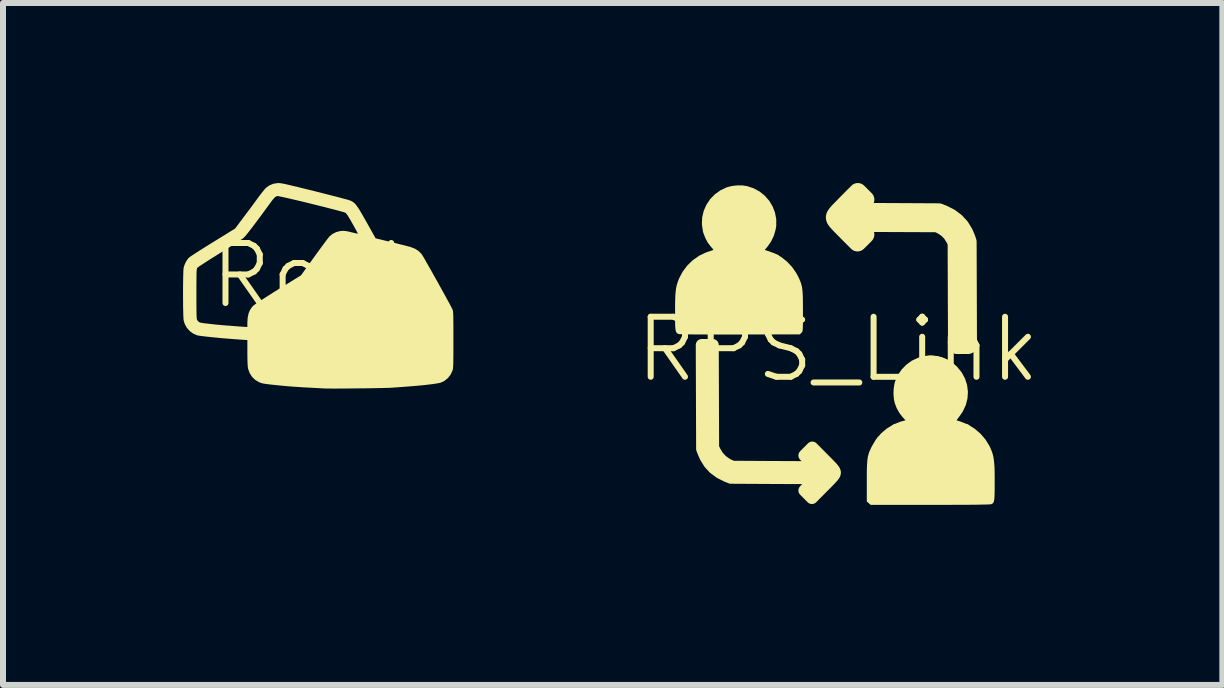
<source format=kicad_pcb>
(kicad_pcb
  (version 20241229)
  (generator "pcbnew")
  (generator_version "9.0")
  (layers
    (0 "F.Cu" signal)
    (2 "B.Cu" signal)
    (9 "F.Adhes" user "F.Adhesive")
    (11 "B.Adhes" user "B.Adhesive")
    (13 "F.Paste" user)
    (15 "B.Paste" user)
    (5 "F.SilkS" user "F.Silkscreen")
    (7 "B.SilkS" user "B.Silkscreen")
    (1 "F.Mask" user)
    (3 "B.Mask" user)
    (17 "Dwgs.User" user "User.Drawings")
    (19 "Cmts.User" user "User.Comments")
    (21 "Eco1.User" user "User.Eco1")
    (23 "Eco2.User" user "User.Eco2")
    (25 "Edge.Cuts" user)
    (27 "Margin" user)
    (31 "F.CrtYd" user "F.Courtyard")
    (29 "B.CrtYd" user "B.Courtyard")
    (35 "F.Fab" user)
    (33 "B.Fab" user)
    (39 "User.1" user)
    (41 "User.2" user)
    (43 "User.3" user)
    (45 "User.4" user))
  (footprint "Rock"
    (layer "F.Cu")
    (at 2.255 2.042)
    (property "Reference" "Rock" (at 0 -0.5 0) (unlocked yes) (layer "F.SilkS") (effects (font (size 1 1) (thickness 0.1))))
    (attr smd)
    (fp_poly (pts (xy -0.655 -2.041) (xy -0.639 -2.04) (xy -0.618 -2.037) (xy -0.593 -2.033) (xy -0.562 -2.027) (xy -0.523 -2.018) (xy -0.476 -2.007) (xy -0.418 -1.993) (xy -0.348 -1.977) (xy -0.266 -1.956) (xy -0.17 -1.933) (xy -0.065 -1.907) (xy 0.031 -1.883) (xy 0.123 -1.859) (xy 0.21 -1.837) (xy 0.29 -1.817) (xy 0.361 -1.798) (xy 0.423 -1.781) (xy 0.473 -1.768) (xy 0.51 -1.757) (xy 0.532 -1.75) (xy 0.537 -1.748) (xy 0.559 -1.737) (xy 0.58 -1.724) (xy 0.6 -1.708) (xy 0.62 -1.687) (xy 0.641 -1.66) (xy 0.665 -1.626) (xy 0.693 -1.582) (xy 0.725 -1.527) (xy 0.763 -1.461) (xy 0.805 -1.387) (xy 0.954 -1.121) (xy 1.212 -1.058) (xy 1.28 -1.042) (xy 1.345 -1.025) (xy 1.406 -1.01) (xy 1.459 -0.997) (xy 1.502 -0.985) (xy 1.531 -0.978) (xy 1.537 -0.976) (xy 1.609 -0.948) (xy 1.669 -0.91) (xy 1.717 -0.862) (xy 1.726 -0.849) (xy 1.738 -0.83) (xy 1.757 -0.799) (xy 1.782 -0.756) (xy 1.811 -0.704) (xy 1.845 -0.644) (xy 1.883 -0.578) (xy 1.922 -0.508) (xy 1.963 -0.435) (xy 2.004 -0.362) (xy 2.044 -0.289) (xy 2.083 -0.218) (xy 2.12 -0.152) (xy 2.153 -0.091) (xy 2.182 -0.038) (xy 2.205 0.005) (xy 2.222 0.038) (xy 2.232 0.058) (xy 2.234 0.062) (xy 2.238 0.072) (xy 2.241 0.083) (xy 2.243 0.097) (xy 2.245 0.115) (xy 2.247 0.138) (xy 2.248 0.168) (xy 2.249 0.207) (xy 2.249 0.256) (xy 2.25 0.316) (xy 2.25 0.389) (xy 2.25 0.476) (xy 2.25 0.571) (xy 2.25 0.674) (xy 2.25 0.76) (xy 2.25 0.833) (xy 2.249 0.892) (xy 2.249 0.941) (xy 2.248 0.979) (xy 2.246 1.01) (xy 2.245 1.033) (xy 2.243 1.051) (xy 2.24 1.065) (xy 2.237 1.077) (xy 2.235 1.083) (xy 2.203 1.151) (xy 2.158 1.209) (xy 2.102 1.254) (xy 2.045 1.282) (xy 2.016 1.29) (xy 1.972 1.298) (xy 1.913 1.307) (xy 1.84 1.316) (xy 1.755 1.326) (xy 1.659 1.335) (xy 1.553 1.344) (xy 1.438 1.353) (xy 1.316 1.362) (xy 1.213 1.369) (xy 1.179 1.371) (xy 1.13 1.372) (xy 1.068 1.374) (xy 0.996 1.375) (xy 0.916 1.377) (xy 0.83 1.378) (xy 0.74 1.379) (xy 0.647 1.38) (xy 0.556 1.381) (xy 0.466 1.382) (xy 0.381 1.382) (xy 0.303 1.383) (xy 0.233 1.383) (xy 0.174 1.382) (xy 0.128 1.382) (xy 0.099 1.381) (xy -0.028 1.374) (xy -0.139 1.368) (xy -0.238 1.363) (xy -0.327 1.357) (xy -0.408 1.352) (xy -0.485 1.346) (xy -0.558 1.34) (xy -0.631 1.333) (xy -0.706 1.325) (xy -0.784 1.317) (xy -0.843 1.31) (xy -0.888 1.304) (xy -0.922 1.298) (xy -0.949 1.291) (xy -0.973 1.283) (xy -0.992 1.275) (xy -1.055 1.236) (xy -1.106 1.186) (xy -1.145 1.125) (xy -1.17 1.055) (xy -1.174 1.039) (xy -1.176 1.016) (xy -1.179 0.979) (xy -1.181 0.931) (xy -1.182 0.875) (xy -1.183 0.815) (xy -1.183 0.782) (xy -1.183 0.575) (xy -1.398 0.56) (xy -1.47 0.554) (xy -1.545 0.548) (xy -1.622 0.542) (xy -1.698 0.534) (xy -1.772 0.527) (xy -1.84 0.52) (xy -1.9 0.513) (xy -1.951 0.507) (xy -1.99 0.501) (xy -2.015 0.497) (xy -2.019 0.496) (xy -2.085 0.467) (xy -2.143 0.425) (xy -2.191 0.371) (xy -2.226 0.308) (xy -2.245 0.247) (xy -2.247 0.227) (xy -2.249 0.192) (xy -2.251 0.144) (xy -2.252 0.086) (xy -2.254 0.019) (xy -2.254 -0.053) (xy -2.255 -0.13) (xy -2.255 -0.191) (xy -2.032 -0.191) (xy -2.032 -0.096) (xy -2.032 -0.016) (xy -2.031 0.049) (xy -2.031 0.102) (xy -2.03 0.144) (xy -2.029 0.176) (xy -2.028 0.2) (xy -2.026 0.217) (xy -2.024 0.229) (xy -2.021 0.238) (xy -2.017 0.244) (xy -2.014 0.249) (xy -1.996 0.268) (xy -1.98 0.28) (xy -1.965 0.284) (xy -1.935 0.29) (xy -1.892 0.296) (xy -1.837 0.302) (xy -1.774 0.309) (xy -1.703 0.317) (xy -1.627 0.324) (xy -1.547 0.331) (xy -1.487 0.335) (xy -1.416 0.341) (xy -1.359 0.345) (xy -1.314 0.349) (xy -1.28 0.351) (xy -1.253 0.353) (xy -1.233 0.354) (xy -1.215 0.355) (xy -1.211 0.356) (xy -1.183 0.357) (xy -1.183 0.285) (xy -1.178 0.202) (xy -1.163 0.131) (xy -1.138 0.071) (xy -1.101 0.019) (xy -1.081 -0.001) (xy -1.066 -0.013) (xy -1.038 -0.032) (xy -0.999 -0.059) (xy -0.949 -0.092) (xy -0.891 -0.129) (xy -0.826 -0.171) (xy -0.757 -0.215) (xy -0.683 -0.261) (xy -0.665 -0.272) (xy -0.289 -0.504) (xy -0.067 -0.813) (xy -0.019 -0.879) (xy 0.026 -0.941) (xy 0.068 -0.998) (xy 0.106 -1.049) (xy 0.138 -1.092) (xy 0.163 -1.125) (xy 0.181 -1.147) (xy 0.187 -1.154) (xy 0.236 -1.194) (xy 0.296 -1.224) (xy 0.361 -1.241) (xy 0.388 -1.244) (xy 0.421 -1.245) (xy 0.453 -1.242) (xy 0.491 -1.236) (xy 0.537 -1.225) (xy 0.553 -1.221) (xy 0.592 -1.212) (xy 0.625 -1.204) (xy 0.648 -1.199) (xy 0.658 -1.198) (xy 0.658 -1.198) (xy 0.655 -1.206) (xy 0.644 -1.227) (xy 0.628 -1.258) (xy 0.606 -1.298) (xy 0.581 -1.344) (xy 0.568 -1.366) (xy 0.532 -1.43) (xy 0.503 -1.478) (xy 0.48 -1.514) (xy 0.462 -1.536) (xy 0.451 -1.547) (xy 0.437 -1.552) (xy 0.409 -1.561) (xy 0.367 -1.572) (xy 0.314 -1.587) (xy 0.252 -1.603) (xy 0.181 -1.621) (xy 0.105 -1.641) (xy 0.023 -1.661) (xy -0.061 -1.682) (xy -0.146 -1.703) (xy -0.23 -1.724) (xy -0.313 -1.744) (xy -0.391 -1.762) (xy -0.463 -1.779) (xy -0.528 -1.794) (xy -0.584 -1.806) (xy -0.63 -1.816) (xy -0.662 -1.822) (xy -0.681 -1.825) (xy -0.684 -1.825) (xy -0.697 -1.821) (xy -0.709 -1.815) (xy -0.723 -1.805) (xy -0.739 -1.789) (xy -0.759 -1.766) (xy -0.784 -1.734) (xy -0.815 -1.691) (xy -0.855 -1.636) (xy -0.862 -1.627) (xy -0.934 -1.528) (xy -1.001 -1.438) (xy -1.061 -1.358) (xy -1.113 -1.289) (xy -1.159 -1.23) (xy -1.196 -1.184) (xy -1.225 -1.15) (xy -1.244 -1.13) (xy -1.244 -1.13) (xy -1.259 -1.118) (xy -1.287 -1.099) (xy -1.326 -1.073) (xy -1.375 -1.041) (xy -1.432 -1.004) (xy -1.496 -0.964) (xy -1.565 -0.92) (xy -1.637 -0.875) (xy -1.64 -0.874) (xy -1.711 -0.829) (xy -1.779 -0.787) (xy -1.841 -0.747) (xy -1.895 -0.712) (xy -1.942 -0.682) (xy -1.978 -0.658) (xy -2.003 -0.64) (xy -2.015 -0.631) (xy -2.015 -0.631) (xy -2.019 -0.625) (xy -2.022 -0.618) (xy -2.025 -0.609) (xy -2.027 -0.595) (xy -2.028 -0.575) (xy -2.03 -0.548) (xy -2.03 -0.512) (xy -2.031 -0.466) (xy -2.031 -0.408) (xy -2.032 -0.337) (xy -2.032 -0.251) (xy -2.032 -0.191) (xy -2.255 -0.191) (xy -2.255 -0.209) (xy -2.255 -0.287) (xy -2.254 -0.362) (xy -2.253 -0.432) (xy -2.252 -0.496) (xy -2.25 -0.55) (xy -2.249 -0.592) (xy -2.246 -0.621) (xy -2.245 -0.63) (xy -2.23 -0.679) (xy -2.207 -0.729) (xy -2.179 -0.773) (xy -2.153 -0.802) (xy -2.139 -0.812) (xy -2.113 -0.83) (xy -2.075 -0.855) (xy -2.027 -0.886) (xy -1.971 -0.922) (xy -1.907 -0.962) (xy -1.839 -1.005) (xy -1.766 -1.05) (xy -1.754 -1.057) (xy -1.387 -1.284) (xy -1.261 -1.452) (xy -1.217 -1.511) (xy -1.167 -1.577) (xy -1.116 -1.645) (xy -1.068 -1.711) (xy -1.026 -1.768) (xy -1.021 -1.775) (xy -0.986 -1.822) (xy -0.952 -1.867) (xy -0.921 -1.906) (xy -0.896 -1.937) (xy -0.877 -1.958) (xy -0.873 -1.962) (xy -0.815 -2.003) (xy -0.749 -2.03) (xy -0.682 -2.041) (xy -0.669 -2.042)) (stroke (width 0) (type solid)) (fill yes) (layer "F.SilkS")))
  (footprint "RPS_Link"
    (layer "F.Cu")
    (at 10.912 3.271)
    (property "Reference" "RPS_Link" (at 0 -0.5 0) (unlocked yes) (layer "F.SilkS") (effects (font (size 1 1) (thickness 0.1))))
    (attr smd)
    (fp_rect (start -2.516 -1.579) (end -0.784 -0.921) (stroke (width 0.1) (type solid)) (fill yes) (layer "F.SilkS"))
    (fp_rect (start -2.474 -1.83) (end -0.824 -1.58) (stroke (width 0.1) (type solid)) (fill yes) (layer "F.SilkS"))
    (fp_rect (start -2.224 -2.03) (end -1.024 -1.88) (stroke (width 0.1) (type solid)) (fill yes) (layer "F.SilkS"))
    (fp_rect (start 0.659 1.252) (end 2.39 1.909) (stroke (width 0.1) (type solid)) (fill yes) (layer "F.SilkS"))
    (fp_rect (start 0.7 1) (end 2.35 1.25) (stroke (width 0.1) (type solid)) (fill yes) (layer "F.SilkS"))
    (fp_rect (start 0.95 0.8) (end 2.15 0.95) (stroke (width 0.1) (type solid)) (fill yes) (layer "F.SilkS"))
    (fp_circle (center -1.65 -2.65) (end -1.303 -2.336) (stroke (width 0.1) (type solid)) (fill yes) (layer "F.SilkS"))
    (fp_circle (center 1.55 0.15) (end 1.857 0.538) (stroke (width 0.1) (type solid)) (fill yes) (layer "F.SilkS"))
    (fp_poly (pts (xy -2.082 0.283) (xy -2.079 1.137) (xy -2.048 1.203) (xy -1.998 1.285) (xy -1.93 1.357) (xy -1.851 1.412) (xy -1.835 1.42) (xy -1.759 1.457) (xy -1.062 1.461) (xy -0.364 1.464) (xy -0.461 1.366) (xy -0.558 1.269) (xy -0.493 1.203) (xy -0.427 1.137) (xy -0.238 1.327) (xy -0.178 1.388) (xy -0.132 1.435) (xy -0.098 1.471) (xy -0.075 1.498) (xy -0.061 1.519) (xy -0.053 1.535) (xy -0.05 1.549) (xy -0.05 1.555) (xy -0.051 1.568) (xy -0.057 1.583) (xy -0.068 1.601) (xy -0.087 1.625) (xy -0.116 1.657) (xy -0.156 1.699) (xy -0.21 1.754) (xy -0.242 1.786) (xy -0.433 1.978) (xy -0.496 1.915) (xy -0.558 1.852) (xy -0.456 1.749) (xy -0.354 1.647) (xy -1.068 1.644) (xy -1.782 1.64) (xy -1.85 1.613) (xy -1.964 1.556) (xy -2.062 1.484) (xy -2.142 1.397) (xy -2.206 1.294) (xy -2.231 1.238) (xy -2.262 1.16) (xy -2.265 0.294) (xy -2.268 -0.572) (xy -2.177 -0.572) (xy -2.085 -0.572)) (stroke (width 0.2) (type solid)) (fill yes) (layer "F.SilkS"))
    (fp_poly (pts (xy 0.395 -3.058) (xy 0.458 -2.995) (xy 0.356 -2.893) (xy 0.254 -2.79) (xy 0.968 -2.787) (xy 1.682 -2.783) (xy 1.75 -2.756) (xy 1.864 -2.699) (xy 1.961 -2.627) (xy 2.042 -2.54) (xy 2.105 -2.437) (xy 2.136 -2.365) (xy 2.162 -2.292) (xy 2.165 -1.432) (xy 2.168 -0.572) (xy 2.077 -0.572) (xy 1.985 -0.572) (xy 1.982 -1.426) (xy 1.979 -2.281) (xy 1.942 -2.356) (xy 1.89 -2.438) (xy 1.821 -2.508) (xy 1.74 -2.562) (xy 1.724 -2.57) (xy 1.659 -2.601) (xy 0.962 -2.604) (xy 0.264 -2.607) (xy 0.361 -2.509) (xy 0.458 -2.412) (xy 0.393 -2.346) (xy 0.327 -2.281) (xy 0.138 -2.47) (xy 0.078 -2.531) (xy 0.032 -2.578) (xy -0.002 -2.615) (xy -0.025 -2.642) (xy -0.039 -2.662) (xy -0.047 -2.678) (xy -0.05 -2.692) (xy -0.05 -2.698) (xy -0.049 -2.711) (xy -0.043 -2.726) (xy -0.032 -2.744) (xy -0.013 -2.768) (xy 0.016 -2.801) (xy 0.057 -2.843) (xy 0.111 -2.898) (xy 0.141 -2.929) (xy 0.332 -3.121)) (stroke (width 0.3) (type solid)) (fill yes) (layer "F.SilkS"))
    (fp_poly (pts (xy 1.653 -0.388) (xy 1.737 -0.367) (xy 1.825 -0.33) (xy 1.9 -0.285) (xy 1.969 -0.226) (xy 1.989 -0.207) (xy 2.064 -0.114) (xy 2.119 -0.012) (xy 2.153 0.095) (xy 2.167 0.206) (xy 2.16 0.318) (xy 2.132 0.428) (xy 2.083 0.534) (xy 2.037 0.602) (xy 1.977 0.683) (xy 2.041 0.703) (xy 2.164 0.752) (xy 2.277 0.821) (xy 2.377 0.906) (xy 2.462 1.006) (xy 2.53 1.118) (xy 2.556 1.177) (xy 2.573 1.223) (xy 2.586 1.269) (xy 2.596 1.319) (xy 2.603 1.376) (xy 2.609 1.444) (xy 2.612 1.525) (xy 2.613 1.624) (xy 2.613 1.709) (xy 2.613 1.808) (xy 2.612 1.886) (xy 2.61 1.947) (xy 2.607 1.992) (xy 2.602 2.025) (xy 2.594 2.048) (xy 2.585 2.063) (xy 2.572 2.073) (xy 2.56 2.079) (xy 2.547 2.082) (xy 2.516 2.084) (xy 2.469 2.086) (xy 2.405 2.087) (xy 2.321 2.089) (xy 2.219 2.09) (xy 2.096 2.091) (xy 1.954 2.091) (xy 1.789 2.092) (xy 1.603 2.092) (xy 1.539 2.092) (xy 0.546 2.092) (xy 0.514 2.064) (xy 0.482 2.037) (xy 0.482 1.909) (xy 0.659 1.909) (xy 1.545 1.909) (xy 2.431 1.909) (xy 2.43 1.655) (xy 2.43 1.552) (xy 2.427 1.469) (xy 2.423 1.401) (xy 2.416 1.345) (xy 2.405 1.296) (xy 2.39 1.252) (xy 2.371 1.208) (xy 2.354 1.175) (xy 2.292 1.079) (xy 2.212 0.998) (xy 2.115 0.931) (xy 2.009 0.882) (xy 1.987 0.873) (xy 1.966 0.867) (xy 1.944 0.862) (xy 1.917 0.858) (xy 1.883 0.855) (xy 1.838 0.853) (xy 1.78 0.851) (xy 1.706 0.85) (xy 1.612 0.849) (xy 1.59 0.848) (xy 1.474 0.847) (xy 1.378 0.848) (xy 1.298 0.85) (xy 1.232 0.853) (xy 1.177 0.86) (xy 1.13 0.868) (xy 1.088 0.88) (xy 1.047 0.896) (xy 1.005 0.914) (xy 1.002 0.916) (xy 0.933 0.958) (xy 0.865 1.016) (xy 0.801 1.082) (xy 0.75 1.152) (xy 0.729 1.189) (xy 0.707 1.237) (xy 0.69 1.286) (xy 0.678 1.338) (xy 0.669 1.397) (xy 0.663 1.468) (xy 0.66 1.553) (xy 0.659 1.657) (xy 0.659 1.666) (xy 0.659 1.909) (xy 0.482 1.909) (xy 0.482 1.696) (xy 0.482 1.586) (xy 0.483 1.496) (xy 0.486 1.422) (xy 0.49 1.362) (xy 0.496 1.311) (xy 0.505 1.267) (xy 0.517 1.227) (xy 0.533 1.186) (xy 0.553 1.143) (xy 0.567 1.115) (xy 0.634 1.002) (xy 0.719 0.902) (xy 0.817 0.818) (xy 0.926 0.752) (xy 1.044 0.705) (xy 1.056 0.702) (xy 1.127 0.682) (xy 1.077 0.628) (xy 1.024 0.56) (xy 0.979 0.478) (xy 0.949 0.4) (xy 0.934 0.332) (xy 0.927 0.251) (xy 0.927 0.229) (xy 1.11 0.229) (xy 1.112 0.284) (xy 1.115 0.325) (xy 1.123 0.359) (xy 1.137 0.393) (xy 1.141 0.403) (xy 1.194 0.49) (xy 1.264 0.562) (xy 1.35 0.619) (xy 1.413 0.646) (xy 1.462 0.658) (xy 1.524 0.662) (xy 1.592 0.66) (xy 1.655 0.651) (xy 1.694 0.641) (xy 1.781 0.598) (xy 1.857 0.538) (xy 1.918 0.461) (xy 1.962 0.371) (xy 1.967 0.356) (xy 1.983 0.275) (xy 1.983 0.186) (xy 1.967 0.099) (xy 1.941 0.03) (xy 1.889 -0.052) (xy 1.825 -0.117) (xy 1.75 -0.165) (xy 1.669 -0.197) (xy 1.584 -0.212) (xy 1.498 -0.21) (xy 1.413 -0.192) (xy 1.332 -0.157) (xy 1.259 -0.106) (xy 1.196 -0.038) (xy 1.147 0.043) (xy 1.129 0.083) (xy 1.118 0.115) (xy 1.113 0.149) (xy 1.111 0.193) (xy 1.11 0.229) (xy 0.927 0.229) (xy 0.929 0.166) (xy 0.94 0.086) (xy 0.954 0.032) (xy 1.001 -0.074) (xy 1.065 -0.167) (xy 1.143 -0.246) (xy 1.232 -0.31) (xy 1.331 -0.357) (xy 1.435 -0.387) (xy 1.544 -0.398)) (stroke (width 0) (type solid)) (fill yes) (layer "F.SilkS"))
    (fp_poly (pts (xy -1.586 -3.231) (xy -1.51 -3.219) (xy -1.401 -3.182) (xy -1.302 -3.128) (xy -1.216 -3.058) (xy -1.143 -2.974) (xy -1.087 -2.88) (xy -1.048 -2.778) (xy -1.027 -2.67) (xy -1.027 -2.558) (xy -1.038 -2.492) (xy -1.068 -2.391) (xy -1.112 -2.298) (xy -1.167 -2.219) (xy -1.17 -2.215) (xy -1.194 -2.186) (xy -1.211 -2.165) (xy -1.216 -2.157) (xy -1.206 -2.152) (xy -1.18 -2.143) (xy -1.162 -2.138) (xy -1.053 -2.099) (xy -0.947 -2.04) (xy -0.85 -1.964) (xy -0.764 -1.873) (xy -0.692 -1.769) (xy -0.66 -1.709) (xy -0.639 -1.664) (xy -0.622 -1.623) (xy -0.609 -1.583) (xy -0.599 -1.542) (xy -0.592 -1.495) (xy -0.587 -1.44) (xy -0.584 -1.372) (xy -0.583 -1.291) (xy -0.582 -1.19) (xy -0.582 -1.141) (xy -0.582 -1.044) (xy -0.582 -0.967) (xy -0.583 -0.908) (xy -0.584 -0.864) (xy -0.586 -0.832) (xy -0.588 -0.811) (xy -0.592 -0.796) (xy -0.598 -0.786) (xy -0.604 -0.778) (xy -0.608 -0.775) (xy -0.634 -0.749) (xy -1.631 -0.747) (xy -1.78 -0.746) (xy -1.923 -0.746) (xy -2.059 -0.747) (xy -2.184 -0.747) (xy -2.299 -0.748) (xy -2.4 -0.748) (xy -2.487 -0.749) (xy -2.557 -0.75) (xy -2.609 -0.752) (xy -2.642 -0.753) (xy -2.652 -0.754) (xy -2.67 -0.762) (xy -2.683 -0.772) (xy -2.694 -0.787) (xy -2.702 -0.809) (xy -2.707 -0.84) (xy -2.711 -0.884) (xy -2.712 -0.926) (xy -2.532 -0.926) (xy -1.646 -0.926) (xy -0.759 -0.926) (xy -0.759 -1.169) (xy -0.76 -1.274) (xy -0.763 -1.361) (xy -0.768 -1.432) (xy -0.777 -1.492) (xy -0.789 -1.544) (xy -0.806 -1.593) (xy -0.827 -1.642) (xy -0.832 -1.652) (xy -0.889 -1.741) (xy -0.963 -1.821) (xy -1.05 -1.889) (xy -1.147 -1.94) (xy -1.247 -1.972) (xy -1.287 -1.978) (xy -1.346 -1.982) (xy -1.419 -1.986) (xy -1.503 -1.988) (xy -1.593 -1.989) (xy -1.685 -1.989) (xy -1.776 -1.988) (xy -1.86 -1.986) (xy -1.935 -1.983) (xy -1.995 -1.979) (xy -2.037 -1.973) (xy -2.041 -1.973) (xy -2.151 -1.938) (xy -2.252 -1.883) (xy -2.341 -1.811) (xy -2.416 -1.724) (xy -2.474 -1.623) (xy -2.494 -1.574) (xy -2.504 -1.548) (xy -2.511 -1.523) (xy -2.517 -1.498) (xy -2.52 -1.467) (xy -2.523 -1.429) (xy -2.525 -1.379) (xy -2.527 -1.313) (xy -2.528 -1.23) (xy -2.528 -1.209) (xy -2.532 -0.926) (xy -2.712 -0.926) (xy -2.712 -0.943) (xy -2.713 -1.02) (xy -2.713 -1.116) (xy -2.713 -1.122) (xy -2.713 -1.235) (xy -2.711 -1.329) (xy -2.708 -1.407) (xy -2.702 -1.472) (xy -2.694 -1.528) (xy -2.683 -1.577) (xy -2.668 -1.624) (xy -2.65 -1.671) (xy -2.647 -1.68) (xy -2.587 -1.793) (xy -2.51 -1.896) (xy -2.418 -1.985) (xy -2.313 -2.059) (xy -2.2 -2.113) (xy -2.163 -2.126) (xy -2.122 -2.139) (xy -2.091 -2.15) (xy -2.075 -2.156) (xy -2.074 -2.156) (xy -2.079 -2.166) (xy -2.096 -2.187) (xy -2.117 -2.211) (xy -2.168 -2.278) (xy -2.211 -2.359) (xy -2.244 -2.446) (xy -2.25 -2.472) (xy -2.266 -2.587) (xy -2.265 -2.612) (xy -2.079 -2.612) (xy -2.078 -2.556) (xy -2.075 -2.515) (xy -2.068 -2.483) (xy -2.057 -2.451) (xy -2.049 -2.433) (xy -1.997 -2.348) (xy -1.928 -2.276) (xy -1.846 -2.219) (xy -1.773 -2.188) (xy -1.728 -2.179) (xy -1.667 -2.175) (xy -1.626 -2.175) (xy -1.571 -2.179) (xy -1.53 -2.185) (xy -1.492 -2.198) (xy -1.453 -2.216) (xy -1.37 -2.268) (xy -1.303 -2.336) (xy -1.252 -2.415) (xy -1.22 -2.503) (xy -1.206 -2.596) (xy -1.214 -2.692) (xy -1.226 -2.739) (xy -1.264 -2.829) (xy -1.317 -2.904) (xy -1.383 -2.964) (xy -1.457 -3.008) (xy -1.538 -3.036) (xy -1.622 -3.049) (xy -1.707 -3.046) (xy -1.791 -3.026) (xy -1.87 -2.99) (xy -1.941 -2.937) (xy -2.003 -2.868) (xy -2.042 -2.803) (xy -2.059 -2.766) (xy -2.07 -2.735) (xy -2.076 -2.704) (xy -2.079 -2.664) (xy -2.079 -2.612) (xy -2.265 -2.612) (xy -2.261 -2.7) (xy -2.235 -2.809) (xy -2.19 -2.91) (xy -2.128 -3.003) (xy -2.049 -3.084) (xy -1.955 -3.151) (xy -1.85 -3.2) (xy -1.77 -3.221) (xy -1.678 -3.232)) (stroke (width 0) (type solid)) (fill yes) (layer "F.SilkS")))
  (gr_rect
    (start -3 -3)
    (end 17.319 8.363)
    (stroke (width 0.1) (type default))
    (fill no)
    (layer "Edge.Cuts")))
</source>
